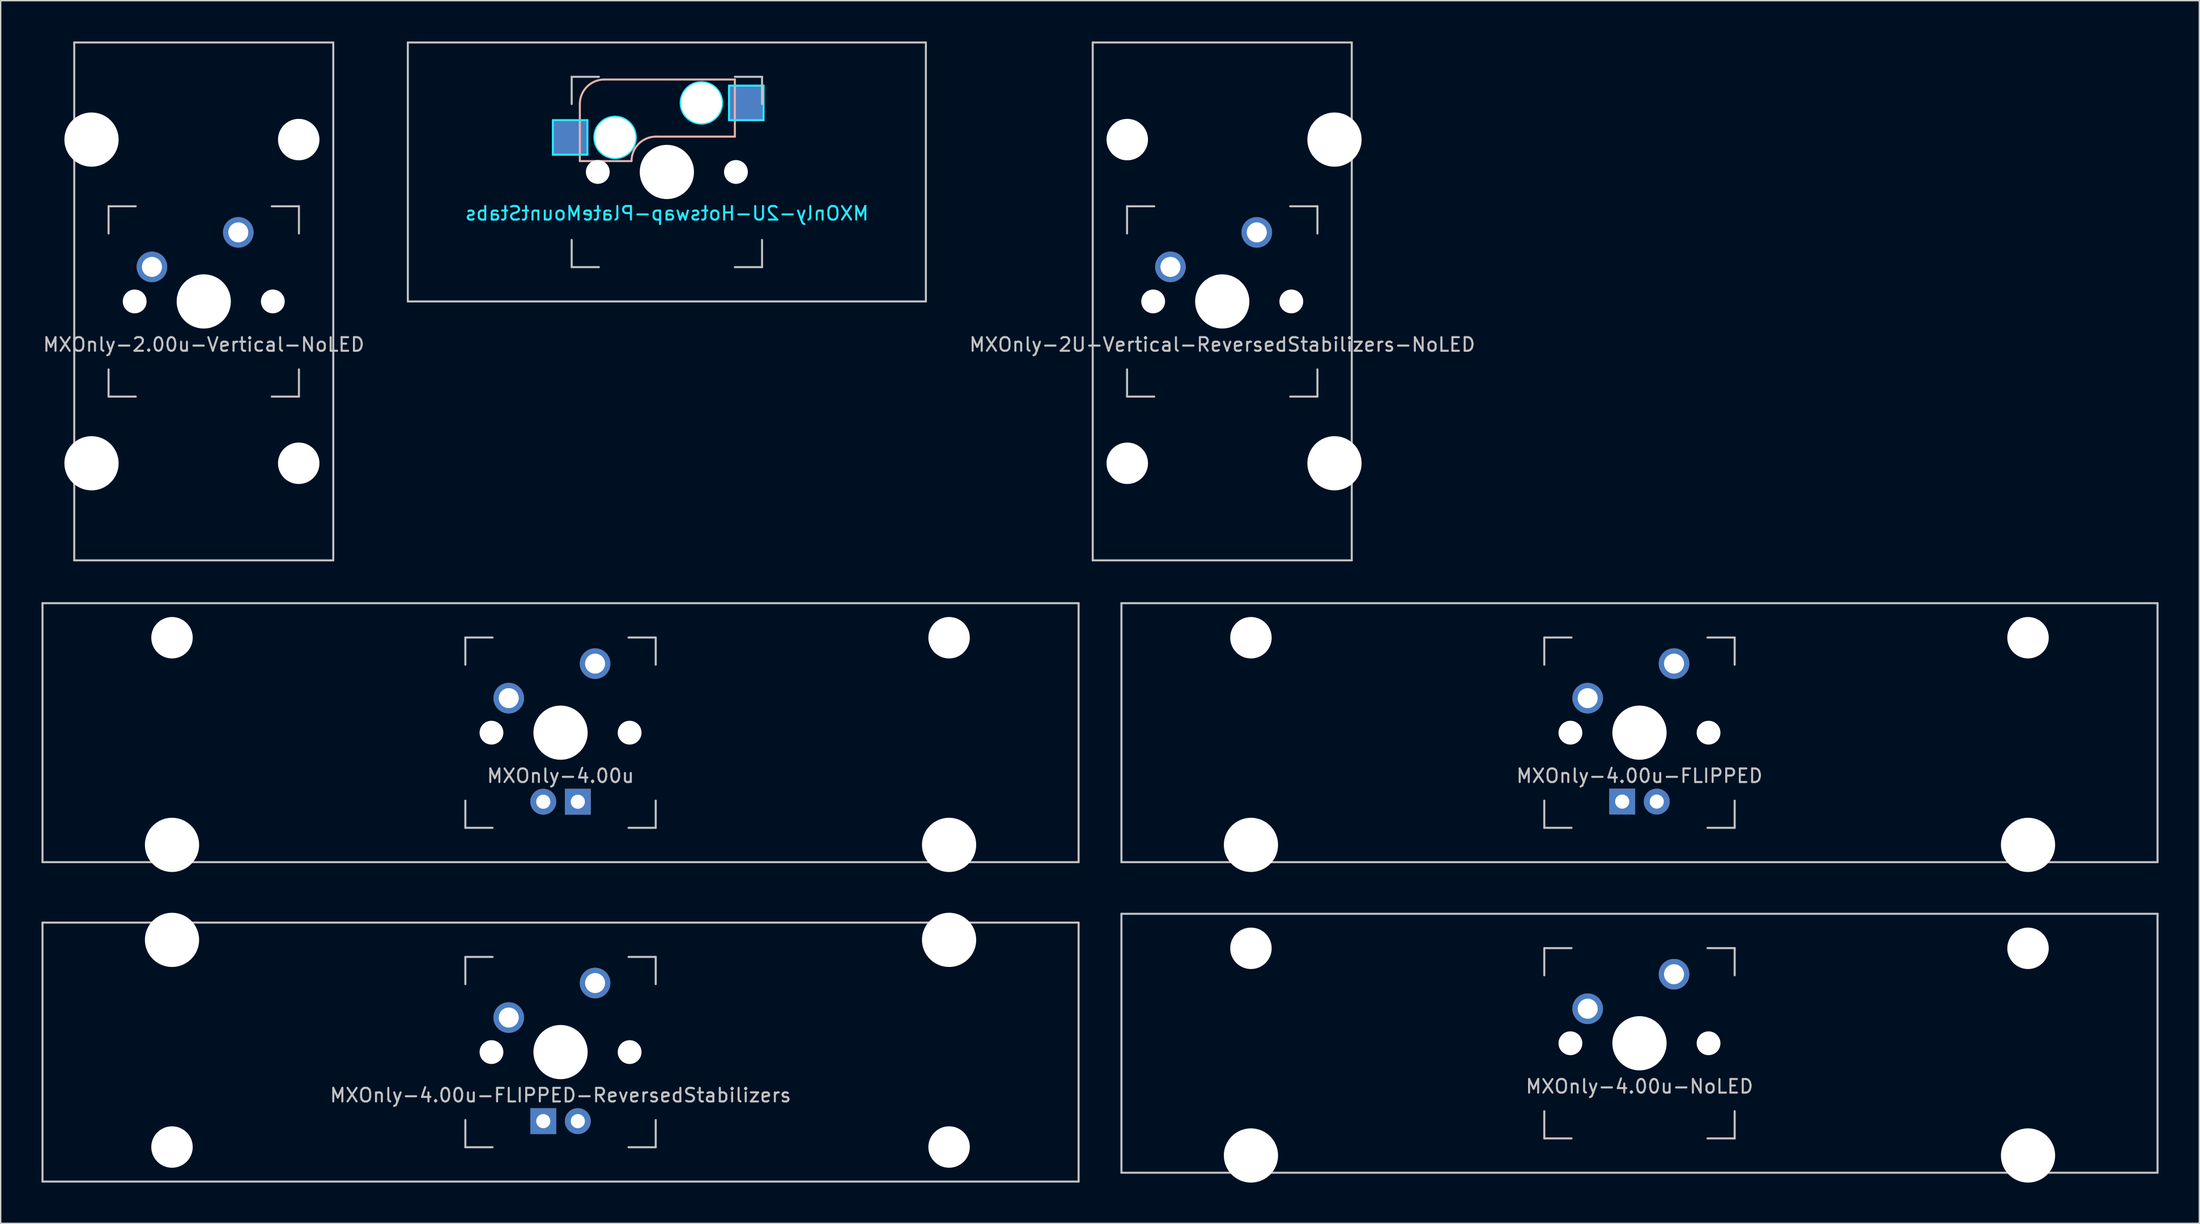
<source format=kicad_pcb>
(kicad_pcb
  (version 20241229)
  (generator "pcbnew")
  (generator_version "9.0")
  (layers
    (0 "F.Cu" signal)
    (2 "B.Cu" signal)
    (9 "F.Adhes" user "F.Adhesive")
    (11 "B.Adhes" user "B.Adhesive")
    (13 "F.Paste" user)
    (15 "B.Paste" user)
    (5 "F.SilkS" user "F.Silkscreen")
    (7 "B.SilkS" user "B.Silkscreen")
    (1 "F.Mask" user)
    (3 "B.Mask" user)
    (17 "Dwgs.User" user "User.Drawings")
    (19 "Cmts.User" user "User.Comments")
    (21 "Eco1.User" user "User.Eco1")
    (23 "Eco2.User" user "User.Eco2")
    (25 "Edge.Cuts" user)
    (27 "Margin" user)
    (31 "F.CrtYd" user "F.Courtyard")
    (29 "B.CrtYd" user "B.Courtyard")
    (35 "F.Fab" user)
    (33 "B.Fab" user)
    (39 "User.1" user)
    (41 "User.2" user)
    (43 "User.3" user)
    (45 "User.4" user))
  (footprint "MXOnly-2U-Hotswap-PlateMountStabs"
    (layer "F.Cu")
    (at 45.994 9.6)
    (property "Reference" "MXOnly-2U-Hotswap-PlateMountStabs" (at 0 3.048 0) (layer "B.CrtYd") (effects (font (size 1 1) (thickness 0.15)) (justify mirror)))
    (attr smd)
    (fp_line (start -6.4 -5) (end -6.4 -0.8) (stroke (width 0.15) (type solid)) (layer "B.SilkS"))
    (fp_line (start -6.4 -0.8) (end -2.6 -0.8) (stroke (width 0.15) (type solid)) (layer "B.SilkS"))
    (fp_line (start -0.8 -2.6) (end 5 -2.6) (stroke (width 0.15) (type solid)) (layer "B.SilkS"))
    (fp_line (start 5 -6.8) (end -4.6 -6.8) (stroke (width 0.15) (type solid)) (layer "B.SilkS"))
    (fp_line (start 5 -2.6) (end 5 -6.8) (stroke (width 0.15) (type solid)) (layer "B.SilkS"))
    (fp_arc (start -6.4 -5) (mid -5.872792 -6.272792) (end -4.6 -6.8) (stroke (width 0.15) (type solid)) (layer "B.SilkS"))
    (fp_arc (start -2.6 -0.8) (mid -2.072792 -2.072792) (end -0.8 -2.6) (stroke (width 0.15) (type solid)) (layer "B.SilkS"))
    (fp_line (start -19.05 -9.525) (end 19.05 -9.525) (stroke (width 0.15) (type solid)) (layer "Dwgs.User"))
    (fp_line (start -19.05 9.525) (end -19.05 -9.525) (stroke (width 0.15) (type solid)) (layer "Dwgs.User"))
    (fp_line (start -7 -7) (end -7 -5) (stroke (width 0.15) (type solid)) (layer "Dwgs.User"))
    (fp_line (start -7 5) (end -7 7) (stroke (width 0.15) (type solid)) (layer "Dwgs.User"))
    (fp_line (start -7 7) (end -5 7) (stroke (width 0.15) (type solid)) (layer "Dwgs.User"))
    (fp_line (start -5 -7) (end -7 -7) (stroke (width 0.15) (type solid)) (layer "Dwgs.User"))
    (fp_line (start 5 -7) (end 7 -7) (stroke (width 0.15) (type solid)) (layer "Dwgs.User"))
    (fp_line (start 5 7) (end 7 7) (stroke (width 0.15) (type solid)) (layer "Dwgs.User"))
    (fp_line (start 7 -7) (end 7 -5) (stroke (width 0.15) (type solid)) (layer "Dwgs.User"))
    (fp_line (start 7 7) (end 7 5) (stroke (width 0.15) (type solid)) (layer "Dwgs.User"))
    (fp_line (start 19.05 -9.525) (end 19.05 9.525) (stroke (width 0.15) (type solid)) (layer "Dwgs.User"))
    (fp_line (start 19.05 9.525) (end -19.05 9.525) (stroke (width 0.15) (type solid)) (layer "Dwgs.User"))
    (fp_line (start -8.382 -3.81) (end -5.842 -3.81) (stroke (width 0.15) (type solid)) (layer "B.CrtYd"))
    (fp_line (start -8.382 -1.27) (end -8.382 -3.81) (stroke (width 0.15) (type solid)) (layer "B.CrtYd"))
    (fp_line (start -5.842 -3.81) (end -5.842 -1.27) (stroke (width 0.15) (type solid)) (layer "B.CrtYd"))
    (fp_line (start -5.842 -1.27) (end -8.382 -1.27) (stroke (width 0.15) (type solid)) (layer "B.CrtYd"))
    (fp_line (start 4.572 -6.35) (end 7.112 -6.35) (stroke (width 0.15) (type solid)) (layer "B.CrtYd"))
    (fp_line (start 4.572 -3.81) (end 4.572 -6.35) (stroke (width 0.15) (type solid)) (layer "B.CrtYd"))
    (fp_line (start 7.112 -6.35) (end 7.112 -3.81) (stroke (width 0.15) (type solid)) (layer "B.CrtYd"))
    (fp_line (start 7.112 -3.81) (end 4.572 -3.81) (stroke (width 0.15) (type solid)) (layer "B.CrtYd"))
    (fp_circle (center -3.81 -2.54) (end -3.81 -4.064) (stroke (width 0.15) (type solid)) (fill no) (layer "B.CrtYd"))
    (fp_circle (center 2.54 -5.08) (end 2.54 -6.604) (stroke (width 0.15) (type solid)) (fill no) (layer "B.CrtYd"))
    (pad "" np_thru_hole circle (at -5.08 0 48.1) (size 1.75 1.75) (drill 1.75) (layers "*.Cu" "*.Mask"))
    (pad "" np_thru_hole circle (at -3.81 -2.54) (size 3 3) (drill 3) (layers "*.Cu" "*.Mask"))
    (pad "" np_thru_hole circle (at 0 0) (size 3.988 3.988) (drill 3.988) (layers "*.Cu" "*.Mask"))
    (pad "" np_thru_hole circle (at 2.54 -5.08) (size 3 3) (drill 3) (layers "*.Cu" "*.Mask"))
    (pad "" np_thru_hole circle (at 5.08 0 48.1) (size 1.75 1.75) (drill 1.75) (layers "*.Cu" "*.Mask"))
    (pad "1" smd rect (at -7.085 -2.54) (size 2.55 2.5) (layers "B.Cu" "B.Mask" "B.Paste"))
    (pad "2" smd rect (at 5.842 -5.08) (size 2.55 2.5) (layers "B.Cu" "B.Mask" "B.Paste")))
  (footprint "MXOnly-4.00u-FLIPPED"
    (layer "F.Cu")
    (at 117.525 50.85)
    (property "Reference" "MXOnly-4.00u-FLIPPED" (at 0 3.175 0) (layer "Dwgs.User") (effects (font (size 1 1) (thickness 0.15))))
    (attr through_hole)
    (fp_line (start -38.1 -9.525) (end 38.1 -9.525) (stroke (width 0.15) (type solid)) (layer "Dwgs.User"))
    (fp_line (start -38.1 9.525) (end -38.1 -9.525) (stroke (width 0.15) (type solid)) (layer "Dwgs.User"))
    (fp_line (start -38.1 9.525) (end 38.1 9.525) (stroke (width 0.15) (type solid)) (layer "Dwgs.User"))
    (fp_line (start -7 -7) (end -7 -5) (stroke (width 0.15) (type solid)) (layer "Dwgs.User"))
    (fp_line (start -7 5) (end -7 7) (stroke (width 0.15) (type solid)) (layer "Dwgs.User"))
    (fp_line (start -7 7) (end -5 7) (stroke (width 0.15) (type solid)) (layer "Dwgs.User"))
    (fp_line (start -5 -7) (end -7 -7) (stroke (width 0.15) (type solid)) (layer "Dwgs.User"))
    (fp_line (start 5 -7) (end 7 -7) (stroke (width 0.15) (type solid)) (layer "Dwgs.User"))
    (fp_line (start 5 7) (end 7 7) (stroke (width 0.15) (type solid)) (layer "Dwgs.User"))
    (fp_line (start 7 -7) (end 7 -5) (stroke (width 0.15) (type solid)) (layer "Dwgs.User"))
    (fp_line (start 7 7) (end 7 5) (stroke (width 0.15) (type solid)) (layer "Dwgs.User"))
    (fp_line (start 38.1 -9.525) (end 38.1 9.525) (stroke (width 0.15) (type solid)) (layer "Dwgs.User"))
    (pad "" np_thru_hole circle (at -28.575 -6.985) (size 3.048 3.048) (drill 3.048) (layers "*.Cu" "*.Mask"))
    (pad "" np_thru_hole circle (at -28.575 8.255) (size 3.988 3.988) (drill 3.988) (layers "*.Cu" "*.Mask"))
    (pad "" np_thru_hole circle (at -5.08 0 48.1) (size 1.75 1.75) (drill 1.75) (layers "*.Cu" "*.Mask"))
    (pad "" np_thru_hole circle (at 0 0) (size 3.988 3.988) (drill 3.988) (layers "*.Cu" "*.Mask"))
    (pad "" np_thru_hole circle (at 5.08 0 48.1) (size 1.75 1.75) (drill 1.75) (layers "*.Cu" "*.Mask"))
    (pad "" np_thru_hole circle (at 28.575 -6.985) (size 3.048 3.048) (drill 3.048) (layers "*.Cu" "*.Mask"))
    (pad "" np_thru_hole circle (at 28.575 8.255) (size 3.988 3.988) (drill 3.988) (layers "*.Cu" "*.Mask"))
    (pad "1" thru_hole circle (at -3.81 -2.54) (size 2.25 2.25) (drill 1.47) (layers "*.Cu" "B.Mask"))
    (pad "2" thru_hole circle (at 2.54 -5.08) (size 2.25 2.25) (drill 1.47) (layers "*.Cu" "B.Mask"))
    (pad "3" thru_hole circle (at 1.27 5.07) (size 1.905 1.905) (drill 1.04) (layers "*.Cu" "B.Mask"))
    (pad "4" thru_hole rect (at -1.27 5.07) (size 1.905 1.905) (drill 1.04) (layers "*.Cu" "B.Mask")))
  (footprint "MXOnly-4.00u"
    (layer "F.Cu")
    (at 38.175 50.85)
    (property "Reference" "MXOnly-4.00u" (at 0 3.175 0) (layer "Dwgs.User") (effects (font (size 1 1) (thickness 0.15))))
    (attr through_hole)
    (fp_line (start -38.1 -9.525) (end 38.1 -9.525) (stroke (width 0.15) (type solid)) (layer "Dwgs.User"))
    (fp_line (start -38.1 9.525) (end -38.1 -9.525) (stroke (width 0.15) (type solid)) (layer "Dwgs.User"))
    (fp_line (start -38.1 9.525) (end 38.1 9.525) (stroke (width 0.15) (type solid)) (layer "Dwgs.User"))
    (fp_line (start -7 -7) (end -7 -5) (stroke (width 0.15) (type solid)) (layer "Dwgs.User"))
    (fp_line (start -7 5) (end -7 7) (stroke (width 0.15) (type solid)) (layer "Dwgs.User"))
    (fp_line (start -7 7) (end -5 7) (stroke (width 0.15) (type solid)) (layer "Dwgs.User"))
    (fp_line (start -5 -7) (end -7 -7) (stroke (width 0.15) (type solid)) (layer "Dwgs.User"))
    (fp_line (start 5 -7) (end 7 -7) (stroke (width 0.15) (type solid)) (layer "Dwgs.User"))
    (fp_line (start 5 7) (end 7 7) (stroke (width 0.15) (type solid)) (layer "Dwgs.User"))
    (fp_line (start 7 -7) (end 7 -5) (stroke (width 0.15) (type solid)) (layer "Dwgs.User"))
    (fp_line (start 7 7) (end 7 5) (stroke (width 0.15) (type solid)) (layer "Dwgs.User"))
    (fp_line (start 38.1 -9.525) (end 38.1 9.525) (stroke (width 0.15) (type solid)) (layer "Dwgs.User"))
    (pad "" np_thru_hole circle (at -28.575 -6.985) (size 3.048 3.048) (drill 3.048) (layers "*.Cu" "*.Mask"))
    (pad "" np_thru_hole circle (at -28.575 8.255) (size 3.988 3.988) (drill 3.988) (layers "*.Cu" "*.Mask"))
    (pad "" np_thru_hole circle (at -5.08 0 48.1) (size 1.75 1.75) (drill 1.75) (layers "*.Cu" "*.Mask"))
    (pad "" np_thru_hole circle (at 0 0) (size 3.988 3.988) (drill 3.988) (layers "*.Cu" "*.Mask"))
    (pad "" np_thru_hole circle (at 5.08 0 48.1) (size 1.75 1.75) (drill 1.75) (layers "*.Cu" "*.Mask"))
    (pad "" np_thru_hole circle (at 28.575 -6.985) (size 3.048 3.048) (drill 3.048) (layers "*.Cu" "*.Mask"))
    (pad "" np_thru_hole circle (at 28.575 8.255) (size 3.988 3.988) (drill 3.988) (layers "*.Cu" "*.Mask"))
    (pad "1" thru_hole circle (at -3.81 -2.54) (size 2.25 2.25) (drill 1.47) (layers "*.Cu" "B.Mask"))
    (pad "2" thru_hole circle (at 2.54 -5.08) (size 2.25 2.25) (drill 1.47) (layers "*.Cu" "B.Mask"))
    (pad "3" thru_hole circle (at -1.27 5.08) (size 1.905 1.905) (drill 1.04) (layers "*.Cu" "B.Mask"))
    (pad "4" thru_hole rect (at 1.27 5.08) (size 1.905 1.905) (drill 1.04) (layers "*.Cu" "B.Mask")))
  (footprint "MXOnly-2U-Vertical-ReversedStabilizers-NoLED"
    (layer "F.Cu")
    (at 86.839 19.125)
    (property "Reference" "MXOnly-2U-Vertical-ReversedStabilizers-NoLED" (at 0 3.175 0) (layer "Dwgs.User") (effects (font (size 1 1) (thickness 0.15))))
    (attr through_hole)
    (fp_line (start -9.525 -19.05) (end 9.525 -19.05) (stroke (width 0.15) (type solid)) (layer "Dwgs.User"))
    (fp_line (start -9.525 19.05) (end -9.525 -19.05) (stroke (width 0.15) (type solid)) (layer "Dwgs.User"))
    (fp_line (start -7 -7) (end -7 -5) (stroke (width 0.15) (type solid)) (layer "Dwgs.User"))
    (fp_line (start -7 5) (end -7 7) (stroke (width 0.15) (type solid)) (layer "Dwgs.User"))
    (fp_line (start -7 7) (end -5 7) (stroke (width 0.15) (type solid)) (layer "Dwgs.User"))
    (fp_line (start -5 -7) (end -7 -7) (stroke (width 0.15) (type solid)) (layer "Dwgs.User"))
    (fp_line (start 5 -7) (end 7 -7) (stroke (width 0.15) (type solid)) (layer "Dwgs.User"))
    (fp_line (start 5 7) (end 7 7) (stroke (width 0.15) (type solid)) (layer "Dwgs.User"))
    (fp_line (start 7 -7) (end 7 -5) (stroke (width 0.15) (type solid)) (layer "Dwgs.User"))
    (fp_line (start 7 7) (end 7 5) (stroke (width 0.15) (type solid)) (layer "Dwgs.User"))
    (fp_line (start 9.525 19.05) (end -9.525 19.05) (stroke (width 0.15) (type solid)) (layer "Dwgs.User"))
    (fp_line (start 9.525 19.05) (end 9.525 -19.05) (stroke (width 0.15) (type solid)) (layer "Dwgs.User"))
    (pad "" np_thru_hole circle (at -6.985 -11.906 90) (size 3.048 3.048) (drill 3.048) (layers "*.Cu" "*.Mask"))
    (pad "" np_thru_hole circle (at -6.985 11.906 90) (size 3.048 3.048) (drill 3.048) (layers "*.Cu" "*.Mask"))
    (pad "" np_thru_hole circle (at -5.08 0 48.1) (size 1.75 1.75) (drill 1.75) (layers "*.Cu" "*.Mask"))
    (pad "" np_thru_hole circle (at 0 0) (size 3.988 3.988) (drill 3.988) (layers "*.Cu" "*.Mask"))
    (pad "" np_thru_hole circle (at 5.08 0 48.1) (size 1.75 1.75) (drill 1.75) (layers "*.Cu" "*.Mask"))
    (pad "" np_thru_hole circle (at 8.255 -11.906 90) (size 3.988 3.988) (drill 3.988) (layers "*.Cu" "*.Mask"))
    (pad "" np_thru_hole circle (at 8.255 11.906 90) (size 3.988 3.988) (drill 3.988) (layers "*.Cu" "*.Mask"))
    (pad "1" thru_hole circle (at -3.81 -2.54) (size 2.25 2.25) (drill 1.47) (layers "*.Cu" "B.Mask"))
    (pad "2" thru_hole circle (at 2.54 -5.08) (size 2.25 2.25) (drill 1.47) (layers "*.Cu" "B.Mask")))
  (footprint "MXOnly-4.00u-NoLED"
    (layer "F.Cu")
    (at 117.525 73.699)
    (property "Reference" "MXOnly-4.00u-NoLED" (at 0 3.175 0) (layer "Dwgs.User") (effects (font (size 1 1) (thickness 0.15))))
    (attr through_hole)
    (fp_line (start -38.1 -9.525) (end 38.1 -9.525) (stroke (width 0.15) (type solid)) (layer "Dwgs.User"))
    (fp_line (start -38.1 9.525) (end -38.1 -9.525) (stroke (width 0.15) (type solid)) (layer "Dwgs.User"))
    (fp_line (start -38.1 9.525) (end 38.1 9.525) (stroke (width 0.15) (type solid)) (layer "Dwgs.User"))
    (fp_line (start -7 -7) (end -7 -5) (stroke (width 0.15) (type solid)) (layer "Dwgs.User"))
    (fp_line (start -7 5) (end -7 7) (stroke (width 0.15) (type solid)) (layer "Dwgs.User"))
    (fp_line (start -7 7) (end -5 7) (stroke (width 0.15) (type solid)) (layer "Dwgs.User"))
    (fp_line (start -5 -7) (end -7 -7) (stroke (width 0.15) (type solid)) (layer "Dwgs.User"))
    (fp_line (start 5 -7) (end 7 -7) (stroke (width 0.15) (type solid)) (layer "Dwgs.User"))
    (fp_line (start 5 7) (end 7 7) (stroke (width 0.15) (type solid)) (layer "Dwgs.User"))
    (fp_line (start 7 -7) (end 7 -5) (stroke (width 0.15) (type solid)) (layer "Dwgs.User"))
    (fp_line (start 7 7) (end 7 5) (stroke (width 0.15) (type solid)) (layer "Dwgs.User"))
    (fp_line (start 38.1 -9.525) (end 38.1 9.525) (stroke (width 0.15) (type solid)) (layer "Dwgs.User"))
    (pad "" np_thru_hole circle (at -28.575 -6.985) (size 3.048 3.048) (drill 3.048) (layers "*.Cu" "*.Mask"))
    (pad "" np_thru_hole circle (at -28.575 8.255) (size 3.988 3.988) (drill 3.988) (layers "*.Cu" "*.Mask"))
    (pad "" np_thru_hole circle (at -5.08 0 48.1) (size 1.75 1.75) (drill 1.75) (layers "*.Cu" "*.Mask"))
    (pad "" np_thru_hole circle (at 0 0) (size 3.988 3.988) (drill 3.988) (layers "*.Cu" "*.Mask"))
    (pad "" np_thru_hole circle (at 5.08 0 48.1) (size 1.75 1.75) (drill 1.75) (layers "*.Cu" "*.Mask"))
    (pad "" np_thru_hole circle (at 28.575 -6.985) (size 3.048 3.048) (drill 3.048) (layers "*.Cu" "*.Mask"))
    (pad "" np_thru_hole circle (at 28.575 8.255) (size 3.988 3.988) (drill 3.988) (layers "*.Cu" "*.Mask"))
    (pad "1" thru_hole circle (at -3.81 -2.54) (size 2.25 2.25) (drill 1.47) (layers "*.Cu" "B.Mask"))
    (pad "2" thru_hole circle (at 2.54 -5.08) (size 2.25 2.25) (drill 1.47) (layers "*.Cu" "B.Mask")))
  (footprint "MXOnly-4.00u-FLIPPED-ReversedStabilizers"
    (layer "F.Cu")
    (at 38.175 74.348)
    (property "Reference" "MXOnly-4.00u-FLIPPED-ReversedStabilizers" (at 0 3.175 0) (layer "Dwgs.User") (effects (font (size 1 1) (thickness 0.15))))
    (attr through_hole)
    (fp_line (start -38.1 -9.525) (end 38.1 -9.525) (stroke (width 0.15) (type solid)) (layer "Dwgs.User"))
    (fp_line (start -38.1 9.525) (end -38.1 -9.525) (stroke (width 0.15) (type solid)) (layer "Dwgs.User"))
    (fp_line (start -38.1 9.525) (end 38.1 9.525) (stroke (width 0.15) (type solid)) (layer "Dwgs.User"))
    (fp_line (start -7 -7) (end -7 -5) (stroke (width 0.15) (type solid)) (layer "Dwgs.User"))
    (fp_line (start -7 5) (end -7 7) (stroke (width 0.15) (type solid)) (layer "Dwgs.User"))
    (fp_line (start -7 7) (end -5 7) (stroke (width 0.15) (type solid)) (layer "Dwgs.User"))
    (fp_line (start -5 -7) (end -7 -7) (stroke (width 0.15) (type solid)) (layer "Dwgs.User"))
    (fp_line (start 5 -7) (end 7 -7) (stroke (width 0.15) (type solid)) (layer "Dwgs.User"))
    (fp_line (start 5 7) (end 7 7) (stroke (width 0.15) (type solid)) (layer "Dwgs.User"))
    (fp_line (start 7 -7) (end 7 -5) (stroke (width 0.15) (type solid)) (layer "Dwgs.User"))
    (fp_line (start 7 7) (end 7 5) (stroke (width 0.15) (type solid)) (layer "Dwgs.User"))
    (fp_line (start 38.1 -9.525) (end 38.1 9.525) (stroke (width 0.15) (type solid)) (layer "Dwgs.User"))
    (pad "" np_thru_hole circle (at -28.575 -8.255 180) (size 3.988 3.988) (drill 3.988) (layers "*.Cu" "*.Mask"))
    (pad "" np_thru_hole circle (at -28.575 6.985 180) (size 3.048 3.048) (drill 3.048) (layers "*.Cu" "*.Mask"))
    (pad "" np_thru_hole circle (at -5.08 0 48.1) (size 1.75 1.75) (drill 1.75) (layers "*.Cu" "*.Mask"))
    (pad "" np_thru_hole circle (at 0 0 180) (size 3.988 3.988) (drill 3.988) (layers "*.Cu" "*.Mask"))
    (pad "" np_thru_hole circle (at 5.08 0 48.1) (size 1.75 1.75) (drill 1.75) (layers "*.Cu" "*.Mask"))
    (pad "" np_thru_hole circle (at 28.575 -8.255 180) (size 3.988 3.988) (drill 3.988) (layers "*.Cu" "*.Mask"))
    (pad "" np_thru_hole circle (at 28.575 6.985 180) (size 3.048 3.048) (drill 3.048) (layers "*.Cu" "*.Mask"))
    (pad "1" thru_hole circle (at -3.81 -2.54) (size 2.25 2.25) (drill 1.47) (layers "*.Cu" "B.Mask"))
    (pad "2" thru_hole circle (at 2.54 -5.08) (size 2.25 2.25) (drill 1.47) (layers "*.Cu" "B.Mask"))
    (pad "3" thru_hole circle (at 1.27 5.08) (size 1.905 1.905) (drill 1.04) (layers "*.Cu" "F.Mask"))
    (pad "4" thru_hole rect (at -1.27 5.08) (size 1.905 1.905) (drill 1.04) (layers "*.Cu" "F.Mask")))
  (footprint "MXOnly-2.00u-Vertical-NoLED"
    (layer "F.Cu")
    (at 11.935 19.125)
    (property "Reference" "MXOnly-2.00u-Vertical-NoLED" (at 0 3.175 0) (layer "Dwgs.User") (effects (font (size 1 1) (thickness 0.15))))
    (attr through_hole)
    (fp_line (start -9.525 -19.05) (end -9.525 19.05) (stroke (width 0.15) (type solid)) (layer "Dwgs.User"))
    (fp_line (start -9.525 -19.05) (end 9.525 -19.05) (stroke (width 0.15) (type solid)) (layer "Dwgs.User"))
    (fp_line (start -7 -7) (end -7 -5) (stroke (width 0.15) (type solid)) (layer "Dwgs.User"))
    (fp_line (start -7 5) (end -7 7) (stroke (width 0.15) (type solid)) (layer "Dwgs.User"))
    (fp_line (start -7 7) (end -5 7) (stroke (width 0.15) (type solid)) (layer "Dwgs.User"))
    (fp_line (start -5 -7) (end -7 -7) (stroke (width 0.15) (type solid)) (layer "Dwgs.User"))
    (fp_line (start 5 -7) (end 7 -7) (stroke (width 0.15) (type solid)) (layer "Dwgs.User"))
    (fp_line (start 5 7) (end 7 7) (stroke (width 0.15) (type solid)) (layer "Dwgs.User"))
    (fp_line (start 7 -7) (end 7 -5) (stroke (width 0.15) (type solid)) (layer "Dwgs.User"))
    (fp_line (start 7 7) (end 7 5) (stroke (width 0.15) (type solid)) (layer "Dwgs.User"))
    (fp_line (start 9.525 -19.05) (end 9.525 19.05) (stroke (width 0.15) (type solid)) (layer "Dwgs.User"))
    (fp_line (start 9.525 19.05) (end -9.525 19.05) (stroke (width 0.15) (type solid)) (layer "Dwgs.User"))
    (pad "" np_thru_hole circle (at -8.255 -11.906 270) (size 3.988 3.988) (drill 3.988) (layers "*.Cu" "*.Mask"))
    (pad "" np_thru_hole circle (at -8.255 11.906 270) (size 3.988 3.988) (drill 3.988) (layers "*.Cu" "*.Mask"))
    (pad "" np_thru_hole circle (at -5.08 0 48.1) (size 1.75 1.75) (drill 1.75) (layers "*.Cu" "*.Mask"))
    (pad "" np_thru_hole circle (at 0 0) (size 3.988 3.988) (drill 3.988) (layers "*.Cu" "*.Mask"))
    (pad "" np_thru_hole circle (at 5.08 0 48.1) (size 1.75 1.75) (drill 1.75) (layers "*.Cu" "*.Mask"))
    (pad "" np_thru_hole circle (at 6.985 -11.906 270) (size 3.048 3.048) (drill 3.048) (layers "*.Cu" "*.Mask"))
    (pad "" np_thru_hole circle (at 6.985 11.906 270) (size 3.048 3.048) (drill 3.048) (layers "*.Cu" "*.Mask"))
    (pad "1" thru_hole circle (at -3.81 -2.54) (size 2.25 2.25) (drill 1.47) (layers "*.Cu" "B.Mask"))
    (pad "2" thru_hole circle (at 2.54 -5.08) (size 2.25 2.25) (drill 1.47) (layers "*.Cu" "B.Mask")))
  (gr_rect
    (start -3 -3)
    (end 158.7 86.948)
    (stroke (width 0.1) (type default))
    (fill no)
    (layer "Edge.Cuts")))
</source>
